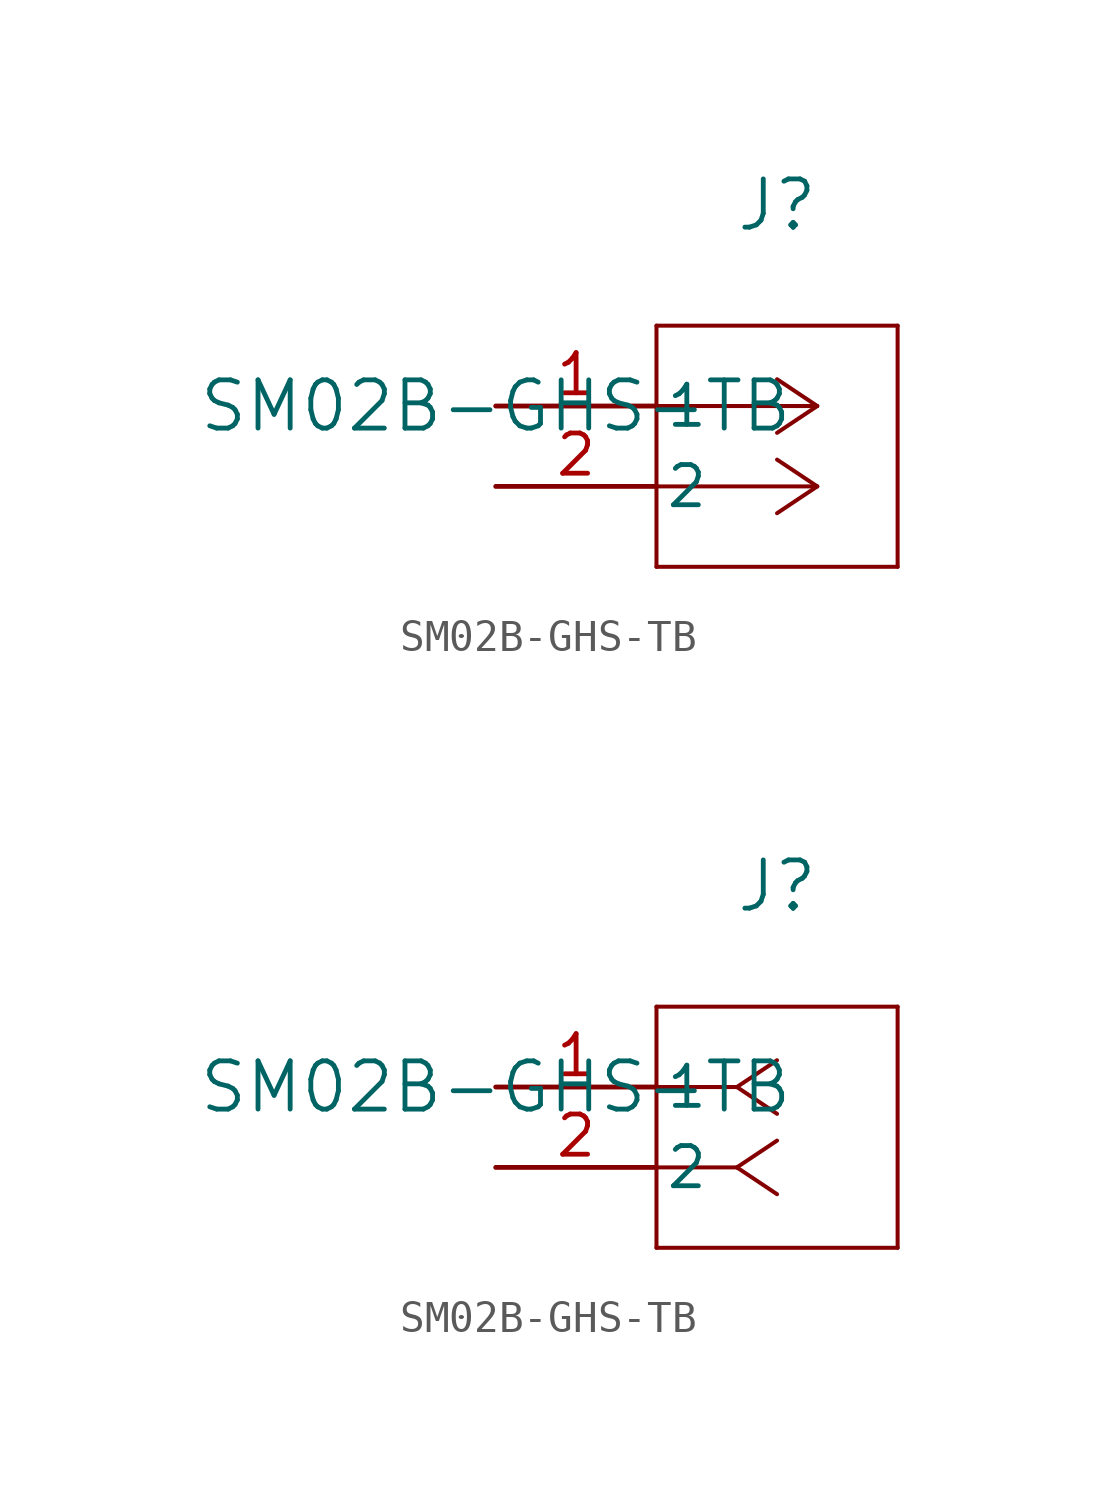
<source format=kicad_sym>
(kicad_symbol_lib
  (version 20211014)
  (generator kicad_symbol_editor)
  (symbol "SM02B-GHS-TB"
    (pin_names
      (offset 0.254))
    (property "Reference" "J"
      (at 8.89 6.35 0)
      (effects (font (size 1.524 1.524))))
    (property "Value" "SM02B-GHS-TB"
      (at 0 0 0)
      (effects (font (size 1.524 1.524))))
    (symbol "SM02B-GHS-TB_1_1"
      (polyline (pts (xy 10.16 0) (xy 5.08 0)) (stroke (width 0.127) (type default) (color 0 0 0 0)) (fill (type none)))
      (polyline (pts (xy 10.16 -2.54) (xy 5.08 -2.54)) (stroke (width 0.127) (type default) (color 0 0 0 0)) (fill (type none)))
      (polyline (pts (xy 10.16 0) (xy 8.89 0.847)) (stroke (width 0.127) (type default) (color 0 0 0 0)) (fill (type none)))
      (polyline (pts (xy 10.16 -2.54) (xy 8.89 -1.693)) (stroke (width 0.127) (type default) (color 0 0 0 0)) (fill (type none)))
      (polyline (pts (xy 10.16 0) (xy 8.89 -0.847)) (stroke (width 0.127) (type default) (color 0 0 0 0)) (fill (type none)))
      (polyline (pts (xy 10.16 -2.54) (xy 8.89 -3.387)) (stroke (width 0.127) (type default) (color 0 0 0 0)) (fill (type none)))
      (polyline (pts (xy 5.08 2.54) (xy 5.08 -5.08)) (stroke (width 0.127) (type default) (color 0 0 0 0)) (fill (type none)))
      (polyline (pts (xy 5.08 -5.08) (xy 12.7 -5.08)) (stroke (width 0.127) (type default) (color 0 0 0 0)) (fill (type none)))
      (polyline (pts (xy 12.7 -5.08) (xy 12.7 2.54)) (stroke (width 0.127) (type default) (color 0 0 0 0)) (fill (type none)))
      (polyline (pts (xy 12.7 2.54) (xy 5.08 2.54)) (stroke (width 0.127) (type default) (color 0 0 0 0)) (fill (type none)))
      (pin unspecified line (at 0 0 0) (length 5.08) (name "1" (effects (font (size 1.27 1.27)))) (number "1" (effects (font (size 1.27 1.27)))))
      (pin unspecified line (at 0 -2.54 0) (length 5.08) (name "2" (effects (font (size 1.27 1.27)))) (number "2" (effects (font (size 1.27 1.27))))))
    (symbol "SM02B-GHS-TB_1_2"
      (polyline (pts (xy 7.62 0) (xy 5.08 0)) (stroke (width 0.127) (type default) (color 0 0 0 0)) (fill (type none)))
      (polyline (pts (xy 7.62 -2.54) (xy 5.08 -2.54)) (stroke (width 0.127) (type default) (color 0 0 0 0)) (fill (type none)))
      (polyline (pts (xy 7.62 0) (xy 8.89 0.847)) (stroke (width 0.127) (type default) (color 0 0 0 0)) (fill (type none)))
      (polyline (pts (xy 7.62 -2.54) (xy 8.89 -1.693)) (stroke (width 0.127) (type default) (color 0 0 0 0)) (fill (type none)))
      (polyline (pts (xy 7.62 0) (xy 8.89 -0.847)) (stroke (width 0.127) (type default) (color 0 0 0 0)) (fill (type none)))
      (polyline (pts (xy 7.62 -2.54) (xy 8.89 -3.387)) (stroke (width 0.127) (type default) (color 0 0 0 0)) (fill (type none)))
      (polyline (pts (xy 5.08 2.54) (xy 5.08 -5.08)) (stroke (width 0.127) (type default) (color 0 0 0 0)) (fill (type none)))
      (polyline (pts (xy 5.08 -5.08) (xy 12.7 -5.08)) (stroke (width 0.127) (type default) (color 0 0 0 0)) (fill (type none)))
      (polyline (pts (xy 12.7 -5.08) (xy 12.7 2.54)) (stroke (width 0.127) (type default) (color 0 0 0 0)) (fill (type none)))
      (polyline (pts (xy 12.7 2.54) (xy 5.08 2.54)) (stroke (width 0.127) (type default) (color 0 0 0 0)) (fill (type none)))
      (pin unspecified line (at 0 0 0) (length 5.08) (name "1" (effects (font (size 1.27 1.27)))) (number "1" (effects (font (size 1.27 1.27)))))
      (pin unspecified line (at 0 -2.54 0) (length 5.08) (name "2" (effects (font (size 1.27 1.27)))) (number "2" (effects (font (size 1.27 1.27))))))))
</source>
